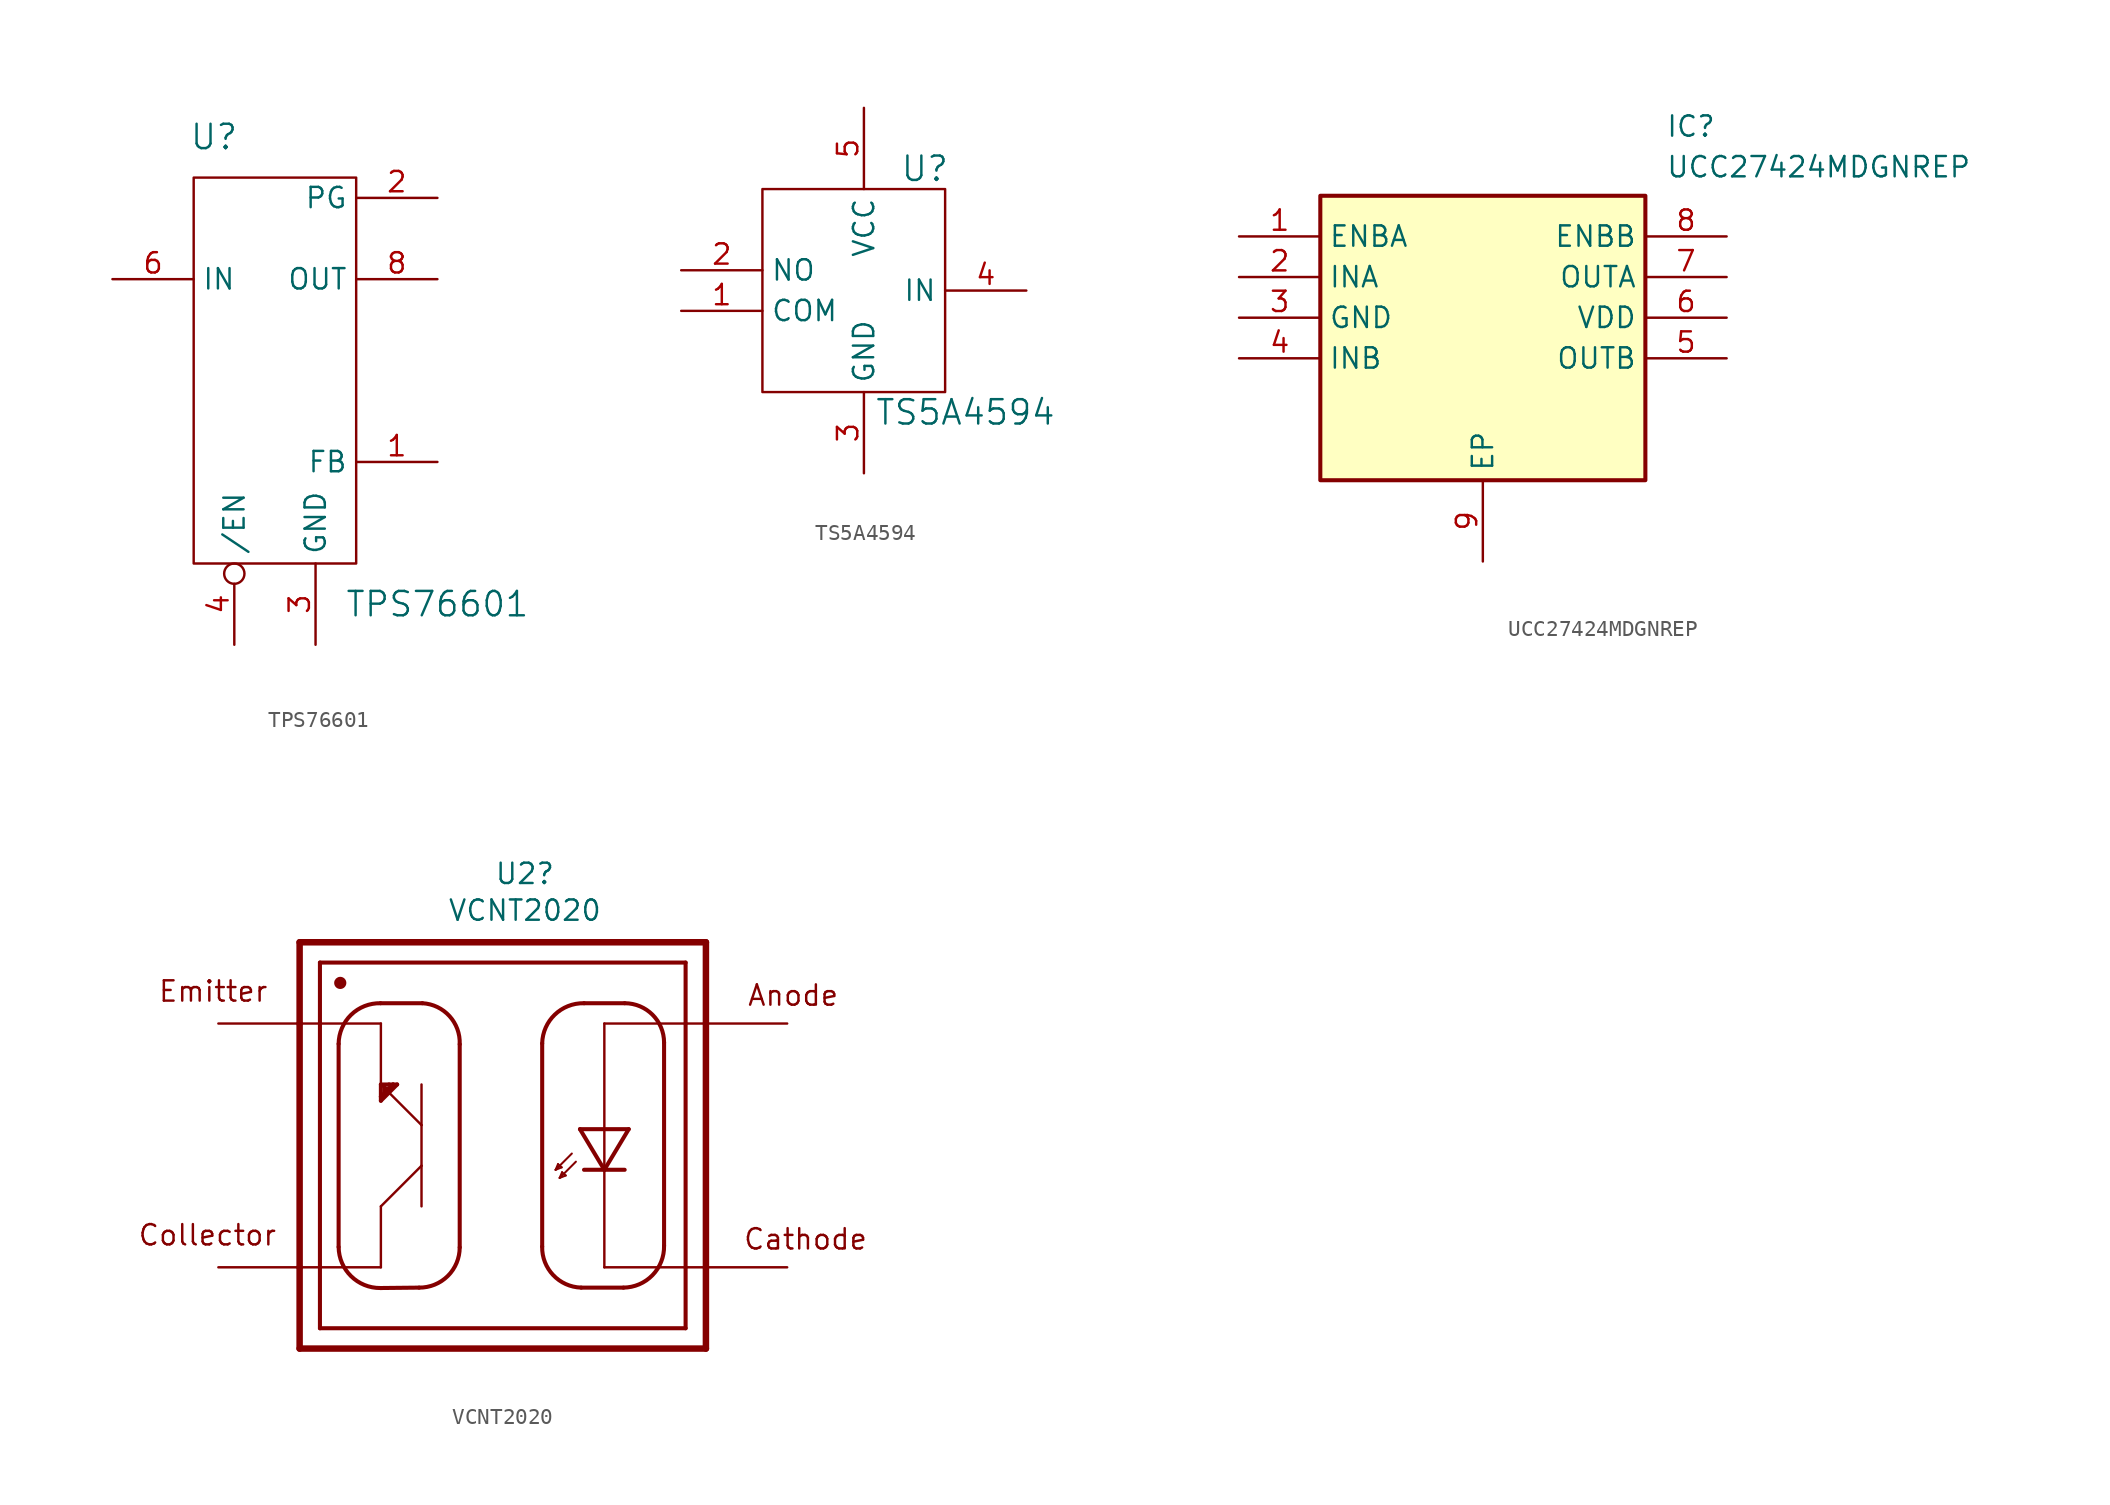
<source format=kicad_sym>
(kicad_symbol_lib
  (version 20220914)
  (generator kicad_symbol_editor)
  (symbol "TPS76601"
    (property "Reference" "U"
      (at -3.81 16.51 0)
      (effects (font (size 1.524 1.524))))
    (property "Value" "TPS76601"
      (at 10.16 -12.7 0)
      (effects (font (size 1.524 1.524))))
    (property "Footprint" ""
      (at 0 11.43 0)
      (effects (font (size 1.524 1.524))))
    (property "Datasheet" ""
      (at 0 11.43 0)
      (effects (font (size 1.524 1.524))))
    (symbol "TPS76601_0_1"
      (rectangle (start -5.08 13.97) (end 5.08 -10.16) (stroke (width 0) (type default)) (fill (type none))))
    (symbol "TPS76601_1_1"
      (pin unspecified line (at 10.16 -3.81 180) (length 5.08) (name "FB" (effects (font (size 1.27 1.27)))) (number "1" (effects (font (size 1.27 1.27)))))
      (pin unspecified line (at 10.16 12.7 180) (length 5.08) (name "PG" (effects (font (size 1.27 1.27)))) (number "2" (effects (font (size 1.27 1.27)))))
      (pin unspecified line (at 2.54 -15.24 90) (length 5.08) (name "GND" (effects (font (size 1.27 1.27)))) (number "3" (effects (font (size 1.27 1.27)))))
      (pin unspecified inverted (at -2.54 -15.24 90) (length 5.08) (name "/EN" (effects (font (size 1.27 1.27)))) (number "4" (effects (font (size 1.27 1.27)))))
      (pin unspecified line (at -10.16 7.62 0) (length 5.08) hide (name "IN" (effects (font (size 1.27 1.27)))) (number "5" (effects (font (size 1.27 1.27)))))
      (pin unspecified line (at -10.16 7.62 0) (length 5.08) (name "IN" (effects (font (size 1.27 1.27)))) (number "6" (effects (font (size 1.27 1.27)))))
      (pin unspecified line (at 10.16 7.62 180) (length 5.08) hide (name "OUT" (effects (font (size 1.27 1.27)))) (number "7" (effects (font (size 1.27 1.27)))))
      (pin unspecified line (at 10.16 7.62 180) (length 5.08) (name "OUT" (effects (font (size 1.27 1.27)))) (number "8" (effects (font (size 1.27 1.27)))))))
  (symbol "TS5A4594"
    (property "Reference" "U"
      (at 3.81 7.62 0)
      (effects (font (size 1.524 1.524))))
    (property "Value" "TS5A4594"
      (at 6.35 -7.62 0)
      (effects (font (size 1.524 1.524))))
    (symbol "TS5A4594_0_1"
      (rectangle (start -6.35 6.35) (end 5.08 -6.35) (stroke (width 0) (type default)) (fill (type none))))
    (symbol "TS5A4594_1_1"
      (pin passive line (at -11.43 -1.27 0) (length 5.08) (name "COM" (effects (font (size 1.27 1.27)))) (number "1" (effects (font (size 1.27 1.27)))))
      (pin passive line (at -11.43 1.27 0) (length 5.08) (name "NO" (effects (font (size 1.27 1.27)))) (number "2" (effects (font (size 1.27 1.27)))))
      (pin power_in line (at 0 -11.43 90) (length 5.08) (name "GND" (effects (font (size 1.27 1.27)))) (number "3" (effects (font (size 1.27 1.27)))))
      (pin bidirectional line (at 10.16 0 180) (length 5.08) (name "IN" (effects (font (size 1.27 1.27)))) (number "4" (effects (font (size 1.27 1.27)))))
      (pin power_in line (at 0 11.43 270) (length 5.08) (name "VCC" (effects (font (size 1.27 1.27)))) (number "5" (effects (font (size 1.27 1.27)))))))
  (symbol "UCC27424MDGNREP"
    (property "Reference" "IC"
      (at 26.67 7.62 0)
      (effects (font (size 1.27 1.27)) (justify left top)))
    (property "Value" "UCC27424MDGNREP"
      (at 26.67 5.08 0)
      (effects (font (size 1.27 1.27)) (justify left top)))
    (symbol "UCC27424MDGNREP_1_1"
      (rectangle (start 5.08 2.54) (end 25.4 -15.24) (stroke (width 0.254) (type default)) (fill (type background)))
      (pin passive line (at 0 0 0) (length 5.08) (name "ENBA" (effects (font (size 1.27 1.27)))) (number "1" (effects (font (size 1.27 1.27)))))
      (pin passive line (at 0 -2.54 0) (length 5.08) (name "INA" (effects (font (size 1.27 1.27)))) (number "2" (effects (font (size 1.27 1.27)))))
      (pin passive line (at 0 -5.08 0) (length 5.08) (name "GND" (effects (font (size 1.27 1.27)))) (number "3" (effects (font (size 1.27 1.27)))))
      (pin passive line (at 0 -7.62 0) (length 5.08) (name "INB" (effects (font (size 1.27 1.27)))) (number "4" (effects (font (size 1.27 1.27)))))
      (pin passive line (at 30.48 -7.62 180) (length 5.08) (name "OUTB" (effects (font (size 1.27 1.27)))) (number "5" (effects (font (size 1.27 1.27)))))
      (pin passive line (at 30.48 -5.08 180) (length 5.08) (name "VDD" (effects (font (size 1.27 1.27)))) (number "6" (effects (font (size 1.27 1.27)))))
      (pin passive line (at 30.48 -2.54 180) (length 5.08) (name "OUTA" (effects (font (size 1.27 1.27)))) (number "7" (effects (font (size 1.27 1.27)))))
      (pin passive line (at 30.48 0 180) (length 5.08) (name "ENBB" (effects (font (size 1.27 1.27)))) (number "8" (effects (font (size 1.27 1.27)))))
      (pin passive line (at 15.24 -20.32 90) (length 5.08) (name "EP" (effects (font (size 1.27 1.27)))) (number "9" (effects (font (size 1.27 1.27)))))))
  (symbol "VCNT2020"
    (pin_numbers hide)
    (pin_names
      (offset 1.016) hide)
    (property "Reference" "U2"
      (at 1.38 16.986 0)
      (effects (font (size 1.27 1.27))))
    (property "Value" "VCNT2020"
      (at 1.38 14.688 0)
      (effects (font (size 1.27 1.27))))
    (symbol "VCNT2020_0_0"
      (arc (start -10.2616 -6.35) (mid -9.4848 -8.1745) (end -7.6454 -8.9154) (stroke (width 0.254) (type default)) (fill (type none)))
      (circle (center -10.16 10.16) (radius 0.127) (stroke (width 0.254) (type default)) (fill (type none)))
      (circle (center -10.16 10.16) (radius 0.254) (stroke (width 0.254) (type default)) (fill (type none)))
      (arc (start -7.6454 8.89) (mid -9.4834 8.1657) (end -10.2616 6.35) (stroke (width 0.254) (type default)) (fill (type none)))
      (arc (start -5.2324 -8.89) (mid -3.4378 -8.1625) (end -2.6924 -6.3754) (stroke (width 0.254) (type default)) (fill (type none)))
      (arc (start -2.6924 6.3246) (mid -3.3336 8.0872) (end -5.0292 8.89) (stroke (width 0.254) (type default)) (fill (type none)))
      (polyline (pts (xy -12.7 -12.7) (xy -12.7 -7.62)) (stroke (width 0.406) (type default)) (fill (type none)))
      (polyline (pts (xy -12.7 -7.62) (xy -12.7 7.62)) (stroke (width 0.406) (type default)) (fill (type none)))
      (polyline (pts (xy -12.7 -7.62) (xy -11.43 -7.62)) (stroke (width 0.152) (type default)) (fill (type none)))
      (polyline (pts (xy -12.7 7.62) (xy -12.7 12.7)) (stroke (width 0.406) (type default)) (fill (type none)))
      (polyline (pts (xy -12.7 7.62) (xy -11.43 7.62)) (stroke (width 0.152) (type default)) (fill (type none)))
      (polyline (pts (xy -12.7 12.7) (xy 12.7 12.7)) (stroke (width 0.406) (type default)) (fill (type none)))
      (polyline (pts (xy -11.43 -11.43) (xy 11.43 -11.43)) (stroke (width 0.254) (type default)) (fill (type none)))
      (polyline (pts (xy -11.43 -7.62) (xy -11.43 -11.43)) (stroke (width 0.254) (type default)) (fill (type none)))
      (polyline (pts (xy -11.43 -7.62) (xy -7.62 -7.62)) (stroke (width 0.152) (type default)) (fill (type none)))
      (polyline (pts (xy -11.43 7.62) (xy -11.43 -7.62)) (stroke (width 0.254) (type default)) (fill (type none)))
      (polyline (pts (xy -11.43 7.62) (xy -7.62 7.62)) (stroke (width 0.152) (type default)) (fill (type none)))
      (polyline (pts (xy -11.43 11.43) (xy -11.43 7.62)) (stroke (width 0.254) (type default)) (fill (type none)))
      (polyline (pts (xy -10.262 -6.35) (xy -10.262 6.35)) (stroke (width 0.254) (type default)) (fill (type none)))
      (polyline (pts (xy -7.645 8.89) (xy -5.029 8.89)) (stroke (width 0.254) (type default)) (fill (type none)))
      (polyline (pts (xy -7.62 -7.62) (xy -7.62 -3.81)) (stroke (width 0.152) (type default)) (fill (type none)))
      (polyline (pts (xy -7.62 2.794) (xy -7.62 3.048)) (stroke (width 0.254) (type default)) (fill (type none)))
      (polyline (pts (xy -7.62 3.048) (xy -7.366 3.302)) (stroke (width 0.254) (type default)) (fill (type none)))
      (polyline (pts (xy -7.62 3.81) (xy -7.62 3.048)) (stroke (width 0.254) (type default)) (fill (type none)))
      (polyline (pts (xy -7.62 3.81) (xy -5.08 1.27)) (stroke (width 0.152) (type default)) (fill (type none)))
      (polyline (pts (xy -7.62 7.62) (xy -7.62 3.81)) (stroke (width 0.152) (type default)) (fill (type none)))
      (polyline (pts (xy -7.366 3.302) (xy -7.366 3.556)) (stroke (width 0.254) (type default)) (fill (type none)))
      (polyline (pts (xy -7.366 3.302) (xy -7.112 3.556)) (stroke (width 0.254) (type default)) (fill (type none)))
      (polyline (pts (xy -7.366 3.556) (xy -7.112 3.556)) (stroke (width 0.254) (type default)) (fill (type none)))
      (polyline (pts (xy -7.366 3.81) (xy -7.366 3.556)) (stroke (width 0.152) (type default)) (fill (type none)))
      (polyline (pts (xy -7.112 3.556) (xy -6.858 3.81)) (stroke (width 0.254) (type default)) (fill (type none)))
      (polyline (pts (xy -7.112 3.81) (xy -7.62 3.81)) (stroke (width 0.254) (type default)) (fill (type none)))
      (polyline (pts (xy -7.112 3.81) (xy -7.366 3.81)) (stroke (width 0.152) (type default)) (fill (type none)))
      (polyline (pts (xy -6.858 3.81) (xy -7.112 3.81)) (stroke (width 0.254) (type default)) (fill (type none)))
      (polyline (pts (xy -6.858 3.81) (xy -6.604 3.81)) (stroke (width 0.254) (type default)) (fill (type none)))
      (polyline (pts (xy -6.604 3.81) (xy -7.62 2.794)) (stroke (width 0.254) (type default)) (fill (type none)))
      (polyline (pts (xy -5.232 -8.89) (xy -7.645 -8.915)) (stroke (width 0.254) (type default)) (fill (type none)))
      (polyline (pts (xy -5.08 -3.81) (xy -5.08 -1.27)) (stroke (width 0.152) (type default)) (fill (type none)))
      (polyline (pts (xy -5.08 -1.27) (xy -7.62 -3.81)) (stroke (width 0.152) (type default)) (fill (type none)))
      (polyline (pts (xy -5.08 1.27) (xy -5.08 -1.27)) (stroke (width 0.152) (type default)) (fill (type none)))
      (polyline (pts (xy -5.08 1.27) (xy -5.08 3.81)) (stroke (width 0.152) (type default)) (fill (type none)))
      (polyline (pts (xy -2.692 6.325) (xy -2.692 -6.375)) (stroke (width 0.254) (type default)) (fill (type none)))
      (polyline (pts (xy 2.464 -6.325) (xy 2.464 6.375)) (stroke (width 0.254) (type default)) (fill (type none)))
      (polyline (pts (xy 3.302 -1.524) (xy 3.454 -1.168)) (stroke (width 0.127) (type default)) (fill (type none)))
      (polyline (pts (xy 3.454 -1.168) (xy 3.683 -1.372)) (stroke (width 0.127) (type default)) (fill (type none)))
      (polyline (pts (xy 3.556 -2.032) (xy 3.708 -1.676)) (stroke (width 0.127) (type default)) (fill (type none)))
      (polyline (pts (xy 3.683 -1.372) (xy 3.302 -1.524)) (stroke (width 0.127) (type default)) (fill (type none)))
      (polyline (pts (xy 3.708 -1.676) (xy 3.937 -1.88)) (stroke (width 0.127) (type default)) (fill (type none)))
      (polyline (pts (xy 3.937 -1.88) (xy 3.556 -2.032)) (stroke (width 0.127) (type default)) (fill (type none)))
      (polyline (pts (xy 4.318 -0.508) (xy 3.302 -1.524)) (stroke (width 0.127) (type default)) (fill (type none)))
      (polyline (pts (xy 4.572 -1.016) (xy 3.556 -2.032)) (stroke (width 0.127) (type default)) (fill (type none)))
      (polyline (pts (xy 4.826 1.016) (xy 6.35 -1.524)) (stroke (width 0.254) (type default)) (fill (type none)))
      (polyline (pts (xy 5.08 8.89) (xy 7.62 8.89)) (stroke (width 0.254) (type default)) (fill (type none)))
      (polyline (pts (xy 6.35 -7.62) (xy 11.43 -7.62)) (stroke (width 0.152) (type default)) (fill (type none)))
      (polyline (pts (xy 6.35 -1.524) (xy 5.08 -1.524)) (stroke (width 0.254) (type default)) (fill (type none)))
      (polyline (pts (xy 6.35 -1.524) (xy 7.62 -1.524)) (stroke (width 0.254) (type default)) (fill (type none)))
      (polyline (pts (xy 6.35 -1.524) (xy 7.874 1.016)) (stroke (width 0.254) (type default)) (fill (type none)))
      (polyline (pts (xy 6.35 7.62) (xy 6.35 -7.62)) (stroke (width 0.152) (type default)) (fill (type none)))
      (polyline (pts (xy 7.544 -8.89) (xy 4.902 -8.89)) (stroke (width 0.254) (type default)) (fill (type none)))
      (polyline (pts (xy 7.874 1.016) (xy 4.826 1.016)) (stroke (width 0.254) (type default)) (fill (type none)))
      (polyline (pts (xy 10.084 6.426) (xy 10.084 -6.274)) (stroke (width 0.254) (type default)) (fill (type none)))
      (polyline (pts (xy 11.43 -11.43) (xy 11.43 -7.62)) (stroke (width 0.254) (type default)) (fill (type none)))
      (polyline (pts (xy 11.43 -7.62) (xy 11.43 7.62)) (stroke (width 0.254) (type default)) (fill (type none)))
      (polyline (pts (xy 11.43 -7.62) (xy 12.7 -7.62)) (stroke (width 0.152) (type default)) (fill (type none)))
      (polyline (pts (xy 11.43 7.62) (xy 6.35 7.62)) (stroke (width 0.152) (type default)) (fill (type none)))
      (polyline (pts (xy 11.43 7.62) (xy 11.43 11.43)) (stroke (width 0.254) (type default)) (fill (type none)))
      (polyline (pts (xy 11.43 7.62) (xy 12.7 7.62)) (stroke (width 0.152) (type default)) (fill (type none)))
      (polyline (pts (xy 11.43 11.43) (xy -11.43 11.43)) (stroke (width 0.254) (type default)) (fill (type none)))
      (polyline (pts (xy 12.7 -12.7) (xy -12.7 -12.7)) (stroke (width 0.406) (type default)) (fill (type none)))
      (polyline (pts (xy 12.7 -7.62) (xy 12.7 -12.7)) (stroke (width 0.406) (type default)) (fill (type none)))
      (polyline (pts (xy 12.7 7.62) (xy 12.7 -7.62)) (stroke (width 0.406) (type default)) (fill (type none)))
      (polyline (pts (xy 12.7 12.7) (xy 12.7 7.62)) (stroke (width 0.406) (type default)) (fill (type none)))
      (arc (start 2.4638 -6.3246) (mid 3.1556 -8.1084) (end 4.9022 -8.89) (stroke (width 0.254) (type default)) (fill (type none)))
      (arc (start 5.08 8.89) (mid 3.2511 8.1745) (end 2.4638 6.3754) (stroke (width 0.254) (type default)) (fill (type none)))
      (arc (start 7.5438 -8.89) (mid 9.3592 -8.1116) (end 10.0838 -6.2738) (stroke (width 0.254) (type default)) (fill (type none)))
      (arc (start 10.0838 6.4262) (mid 9.3622 8.1684) (end 7.62 8.89) (stroke (width 0.254) (type default)) (fill (type none)))
      (text "Anode" (at 15.24 8.636 0) (effects (font (size 1.27 1.27)) (justify left bottom)))
      (text "Cathode" (at 14.986 -6.604 0) (effects (font (size 1.27 1.27)) (justify left bottom)))
      (text "Collector" (at -22.86 -6.35 0) (effects (font (size 1.27 1.27)) (justify left bottom)))
      (text "Emitter" (at -21.59 8.89 0) (effects (font (size 1.27 1.27)) (justify left bottom)))
      (pin passive line (at -17.78 7.62 0) (length 5.08) (name "~" (effects (font (size 1.016 1.016)))) (number "1" (effects (font (size 1.016 1.016)))))
      (pin passive line (at -17.78 -7.62 0) (length 5.08) (name "~" (effects (font (size 1.016 1.016)))) (number "2" (effects (font (size 1.016 1.016)))))
      (pin passive line (at 17.78 7.62 180) (length 5.08) (name "~" (effects (font (size 1.016 1.016)))) (number "3" (effects (font (size 1.016 1.016)))))
      (pin passive line (at 17.78 -7.62 180) (length 5.08) (name "~" (effects (font (size 1.016 1.016)))) (number "4" (effects (font (size 1.016 1.016))))))))
</source>
